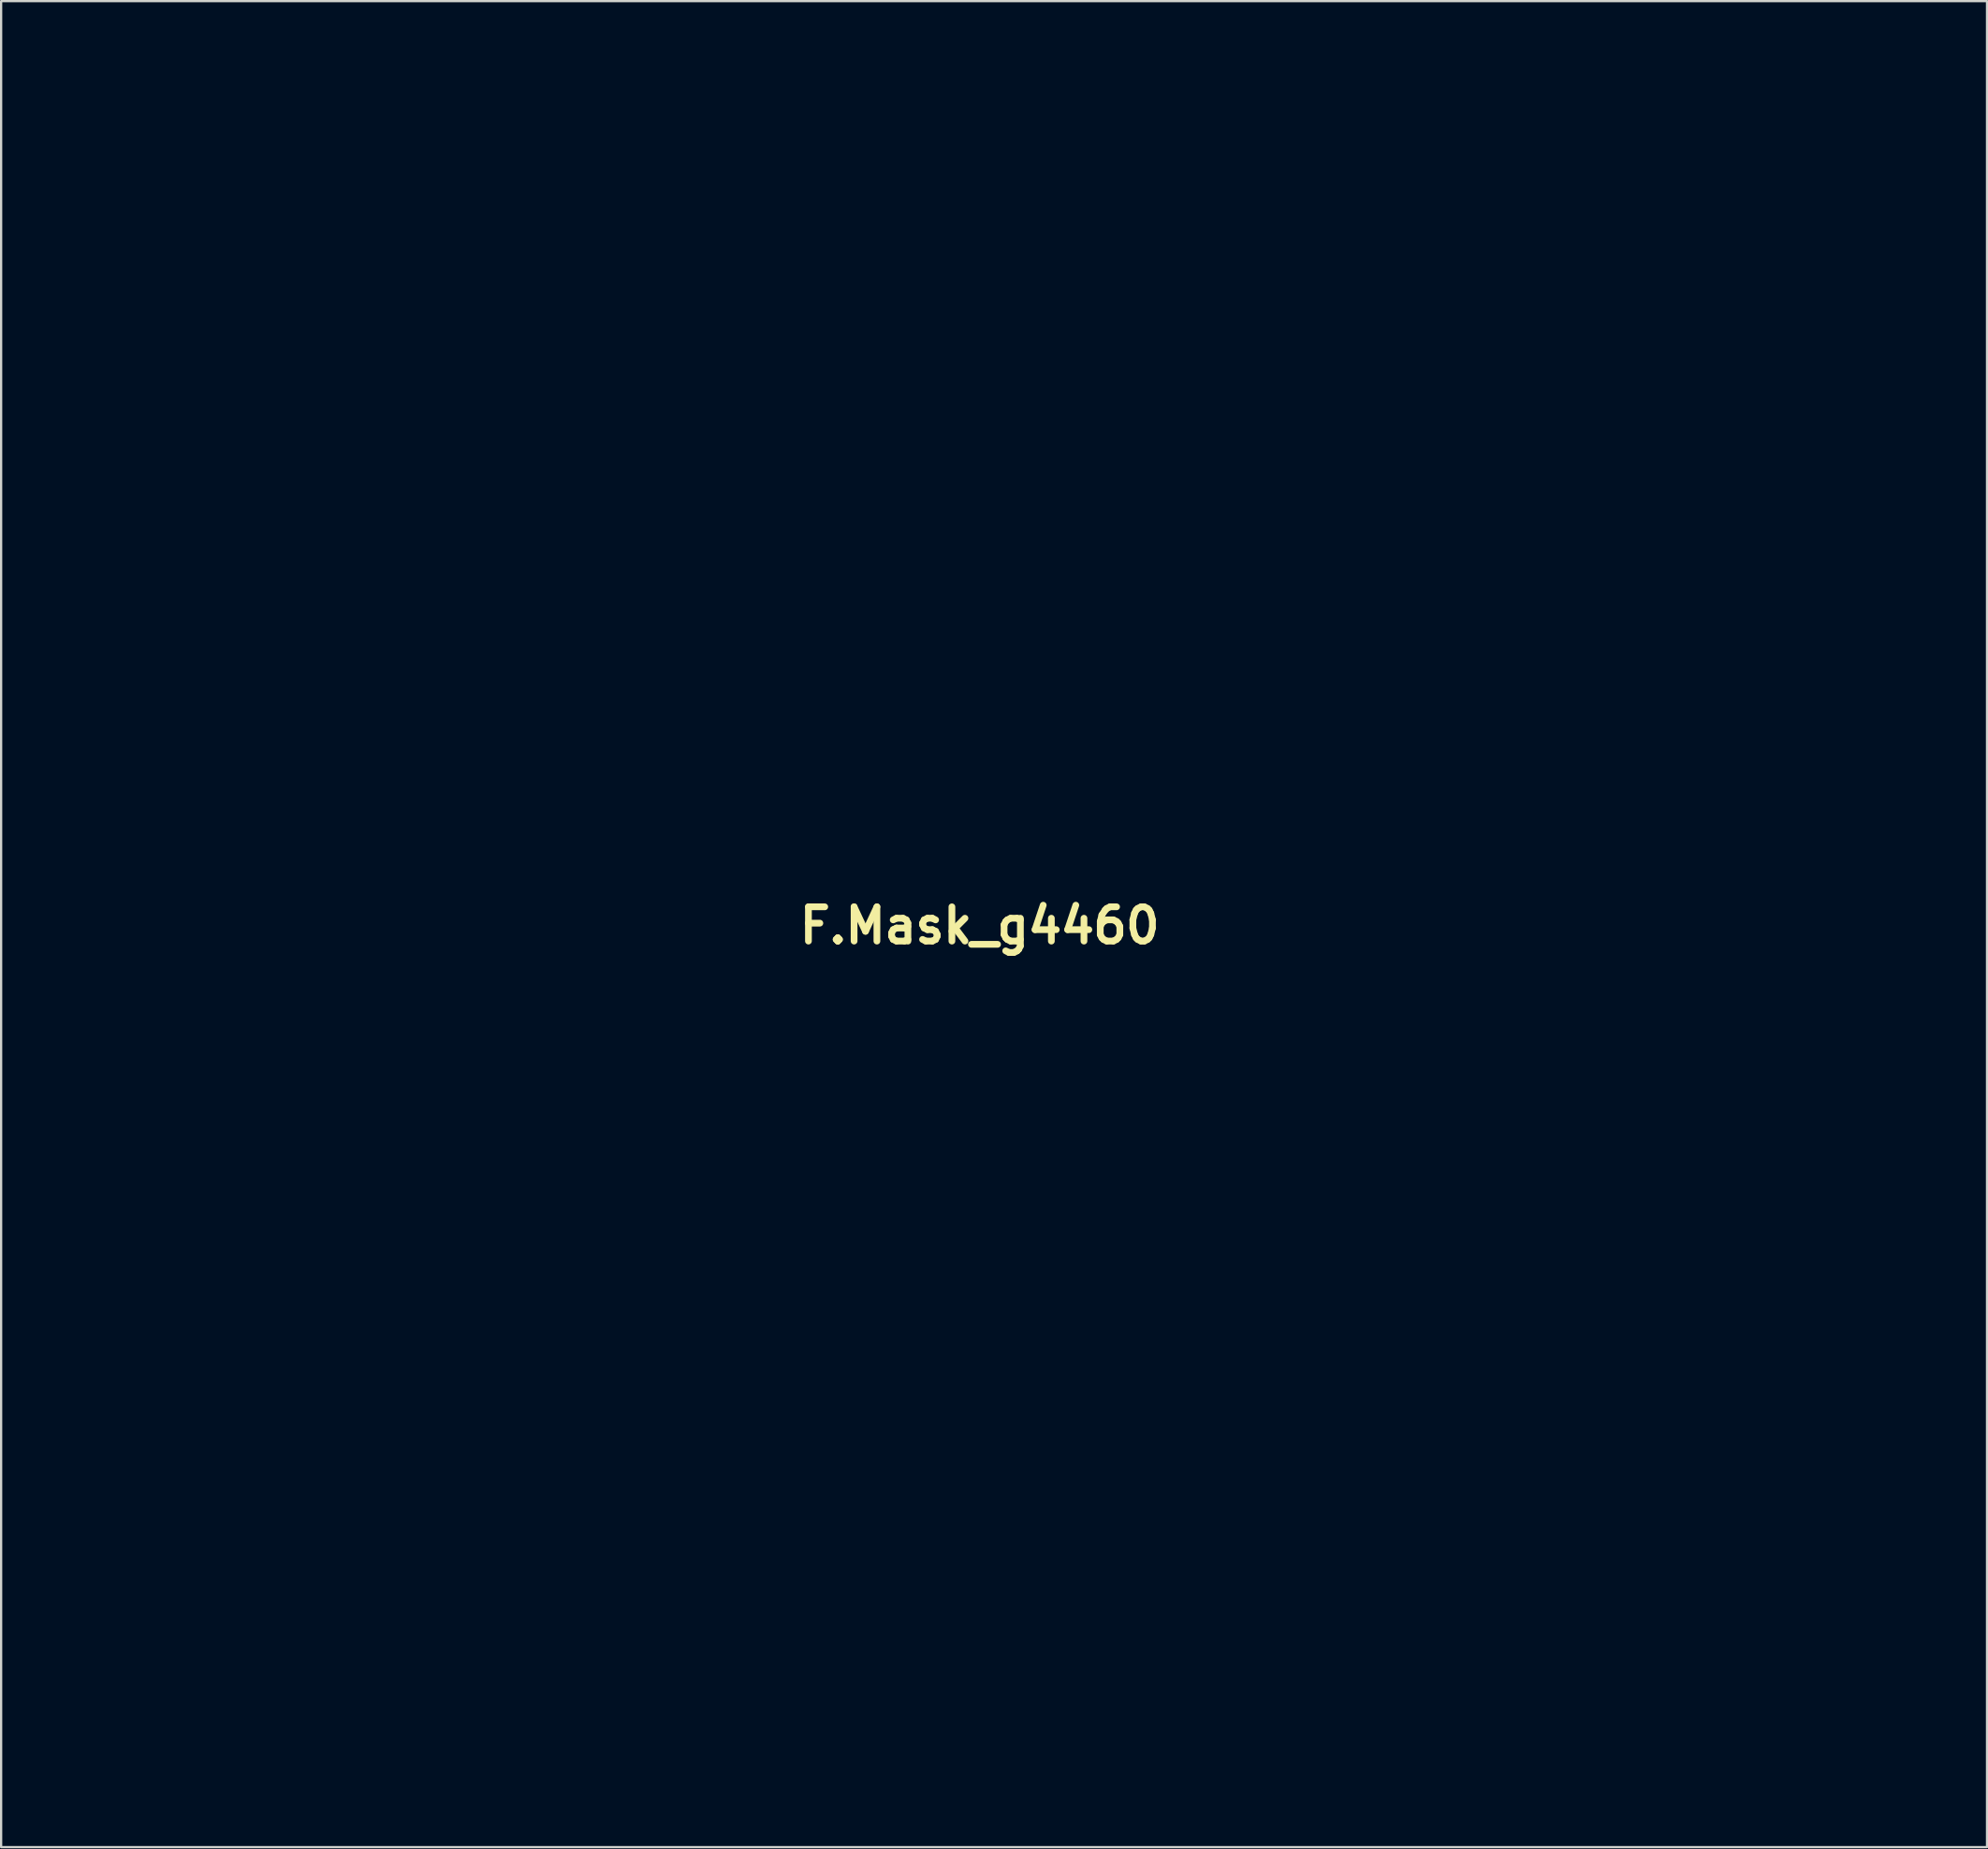
<source format=kicad_pcb>
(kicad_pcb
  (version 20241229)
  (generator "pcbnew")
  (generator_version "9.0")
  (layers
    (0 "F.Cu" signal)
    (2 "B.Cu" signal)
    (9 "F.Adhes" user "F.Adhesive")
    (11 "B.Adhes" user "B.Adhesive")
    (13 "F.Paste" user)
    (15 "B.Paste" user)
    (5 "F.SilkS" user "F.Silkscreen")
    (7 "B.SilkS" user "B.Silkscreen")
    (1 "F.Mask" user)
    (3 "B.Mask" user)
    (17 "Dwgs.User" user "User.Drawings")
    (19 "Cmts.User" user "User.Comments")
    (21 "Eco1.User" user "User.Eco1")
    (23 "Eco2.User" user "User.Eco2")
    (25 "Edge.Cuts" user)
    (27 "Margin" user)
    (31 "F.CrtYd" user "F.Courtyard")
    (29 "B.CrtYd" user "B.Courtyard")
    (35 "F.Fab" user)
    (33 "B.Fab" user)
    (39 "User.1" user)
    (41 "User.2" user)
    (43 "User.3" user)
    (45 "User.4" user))
  (footprint "F.Mask_g4460"
    (layer "F.Cu")
    (at 40.557 38.141)
    (property "Reference" "F.Mask_g4460" (at 0 0 0) (layer "F.SilkS") (effects (font (size 1.524 1.524) (thickness 0.3))))
    (attr through_hole)
    (fp_poly (pts (xy -9.773 -16.705) (xy -9.705 -16.671) (xy -9.685 -16.624) (xy -9.696 -16.55) (xy -9.741 -16.432) (xy -9.796 -16.316) (xy -9.896 -16.127) (xy -10.028 -15.903) (xy -10.182 -15.658) (xy -10.349 -15.407) (xy -10.518 -15.164) (xy -10.68 -14.944) (xy -10.825 -14.759) (xy -10.944 -14.625) (xy -10.999 -14.573) (xy -11.069 -14.532) (xy -11.136 -14.534) (xy -11.217 -14.587) (xy -11.327 -14.7) (xy -11.365 -14.743) (xy -11.47 -14.879) (xy -11.591 -15.063) (xy -11.71 -15.266) (xy -11.771 -15.381) (xy -11.893 -15.648) (xy -11.963 -15.857) (xy -11.98 -16.016) (xy -11.947 -16.133) (xy -11.905 -16.184) (xy -11.784 -16.266) (xy -11.605 -16.348) (xy -11.383 -16.43) (xy -11.132 -16.507) (xy -10.864 -16.577) (xy -10.594 -16.636) (xy -10.337 -16.681) (xy -10.104 -16.71) (xy -9.912 -16.719) (xy -9.773 -16.705)) (stroke (width 0.01) (type solid)) (fill yes) (layer "F.Mask"))
    (fp_poly (pts (xy -29.407 -16.513) (xy -29.168 -16.48) (xy -28.858 -16.431) (xy -28.533 -16.377) (xy -28.109 -16.303) (xy -27.731 -16.23) (xy -27.406 -16.159) (xy -27.14 -16.093) (xy -26.941 -16.033) (xy -26.817 -15.98) (xy -26.791 -15.963) (xy -26.744 -15.91) (xy -26.724 -15.84) (xy -26.732 -15.742) (xy -26.771 -15.608) (xy -26.845 -15.428) (xy -26.956 -15.193) (xy -27.085 -14.933) (xy -27.256 -14.605) (xy -27.423 -14.303) (xy -27.581 -14.034) (xy -27.725 -13.808) (xy -27.85 -13.632) (xy -27.949 -13.514) (xy -28.019 -13.463) (xy -28.028 -13.462) (xy -28.078 -13.49) (xy -28.158 -13.576) (xy -28.272 -13.726) (xy -28.423 -13.941) (xy -28.548 -14.129) (xy -28.77 -14.471) (xy -28.986 -14.814) (xy -29.189 -15.146) (xy -29.372 -15.457) (xy -29.529 -15.735) (xy -29.653 -15.97) (xy -29.739 -16.15) (xy -29.761 -16.204) (xy -29.8 -16.314) (xy -29.822 -16.4) (xy -29.819 -16.463) (xy -29.783 -16.505) (xy -29.708 -16.527) (xy -29.585 -16.529) (xy -29.407 -16.513)) (stroke (width 0.01) (type solid)) (fill yes) (layer "F.Mask"))
    (fp_poly (pts (xy 41.723 18.041) (xy 41.803 18.067) (xy 41.838 18.122) (xy 41.829 18.217) (xy 41.776 18.362) (xy 41.68 18.567) (xy 41.633 18.661) (xy 41.427 19.051) (xy 41.192 19.467) (xy 40.936 19.896) (xy 40.666 20.329) (xy 40.389 20.752) (xy 40.115 21.155) (xy 39.85 21.524) (xy 39.602 21.85) (xy 39.379 22.12) (xy 39.244 22.266) (xy 39.109 22.396) (xy 39.017 22.463) (xy 38.959 22.471) (xy 38.927 22.426) (xy 38.789 21.998) (xy 38.653 21.614) (xy 38.504 21.232) (xy 38.453 21.108) (xy 38.371 20.911) (xy 38.303 20.744) (xy 38.253 20.621) (xy 38.229 20.557) (xy 38.227 20.551) (xy 38.257 20.521) (xy 38.34 20.441) (xy 38.467 20.322) (xy 38.629 20.171) (xy 38.816 19.998) (xy 38.873 19.946) (xy 39.369 19.499) (xy 39.813 19.114) (xy 40.209 18.791) (xy 40.558 18.528) (xy 40.864 18.323) (xy 41.128 18.174) (xy 41.354 18.079) (xy 41.544 18.037) (xy 41.598 18.034) (xy 41.723 18.041)) (stroke (width 0.01) (type solid)) (fill yes) (layer "F.Mask"))
    (fp_poly (pts (xy -2.305 -19.494) (xy -2.287 -19.453) (xy -2.287 -19.442) (xy -2.31 -19.334) (xy -2.376 -19.164) (xy -2.479 -18.941) (xy -2.616 -18.674) (xy -2.781 -18.371) (xy -2.97 -18.04) (xy -3.178 -17.692) (xy -3.4 -17.333) (xy -3.622 -16.988) (xy -3.836 -16.67) (xy -4.025 -16.409) (xy -4.185 -16.209) (xy -4.312 -16.074) (xy -4.404 -16.008) (xy -4.43 -16.002) (xy -4.479 -16.035) (xy -4.557 -16.124) (xy -4.65 -16.252) (xy -4.679 -16.295) (xy -4.762 -16.429) (xy -4.866 -16.605) (xy -4.983 -16.809) (xy -5.108 -17.029) (xy -5.231 -17.252) (xy -5.347 -17.464) (xy -5.448 -17.653) (xy -5.526 -17.805) (xy -5.575 -17.908) (xy -5.588 -17.945) (xy -5.55 -18.008) (xy -5.442 -18.098) (xy -5.273 -18.211) (xy -5.051 -18.343) (xy -4.784 -18.489) (xy -4.48 -18.645) (xy -4.149 -18.806) (xy -3.799 -18.968) (xy -3.437 -19.126) (xy -3.073 -19.276) (xy -3.066 -19.279) (xy -2.795 -19.384) (xy -2.592 -19.457) (xy -2.448 -19.498) (xy -2.356 -19.51) (xy -2.305 -19.494)) (stroke (width 0.01) (type solid)) (fill yes) (layer "F.Mask"))
    (fp_poly (pts (xy -20.17 -15.534) (xy -19.825 -15.527) (xy -19.502 -15.518) (xy -19.214 -15.505) (xy -18.969 -15.49) (xy -18.777 -15.471) (xy -18.65 -15.449) (xy -18.597 -15.424) (xy -18.597 -15.423) (xy -18.612 -15.371) (xy -18.666 -15.256) (xy -18.756 -15.087) (xy -18.876 -14.872) (xy -19.022 -14.622) (xy -19.178 -14.359) (xy -19.475 -13.869) (xy -19.735 -13.449) (xy -19.958 -13.095) (xy -20.15 -12.803) (xy -20.312 -12.567) (xy -20.448 -12.386) (xy -20.561 -12.253) (xy -20.653 -12.165) (xy -20.727 -12.118) (xy -20.776 -12.107) (xy -20.851 -12.143) (xy -20.962 -12.244) (xy -21.092 -12.393) (xy -21.282 -12.64) (xy -21.484 -12.919) (xy -21.691 -13.221) (xy -21.897 -13.535) (xy -22.096 -13.853) (xy -22.283 -14.163) (xy -22.45 -14.456) (xy -22.593 -14.723) (xy -22.706 -14.953) (xy -22.782 -15.136) (xy -22.816 -15.262) (xy -22.818 -15.282) (xy -22.786 -15.36) (xy -22.683 -15.428) (xy -22.659 -15.439) (xy -22.56 -15.463) (xy -22.392 -15.484) (xy -22.167 -15.501) (xy -21.894 -15.515) (xy -21.584 -15.526) (xy -21.246 -15.533) (xy -20.891 -15.536) (xy -20.529 -15.537) (xy -20.17 -15.534)) (stroke (width 0.01) (type solid)) (fill yes) (layer "F.Mask"))
    (fp_poly (pts (xy 21.404 18.327) (xy 21.411 18.329) (xy 21.642 18.407) (xy 21.857 18.518) (xy 22.04 18.648) (xy 22.178 18.788) (xy 22.255 18.925) (xy 22.267 18.995) (xy 22.258 19.104) (xy 22.231 19.285) (xy 22.19 19.527) (xy 22.135 19.82) (xy 22.068 20.153) (xy 21.993 20.516) (xy 21.91 20.897) (xy 21.89 20.988) (xy 21.811 21.336) (xy 21.746 21.61) (xy 21.694 21.816) (xy 21.652 21.963) (xy 21.617 22.059) (xy 21.587 22.111) (xy 21.567 22.127) (xy 21.518 22.112) (xy 21.408 22.062) (xy 21.251 21.983) (xy 21.062 21.883) (xy 20.933 21.812) (xy 20.575 21.612) (xy 20.222 21.411) (xy 19.884 21.217) (xy 19.572 21.035) (xy 19.295 20.871) (xy 19.064 20.73) (xy 18.887 20.619) (xy 18.785 20.55) (xy 18.648 20.435) (xy 18.59 20.341) (xy 18.612 20.258) (xy 18.713 20.175) (xy 18.795 20.13) (xy 18.958 20.032) (xy 19.171 19.882) (xy 19.425 19.685) (xy 19.71 19.449) (xy 20.018 19.181) (xy 20.045 19.157) (xy 20.378 18.866) (xy 20.656 18.638) (xy 20.88 18.471) (xy 21.051 18.367) (xy 21.053 18.366) (xy 21.172 18.314) (xy 21.273 18.303) (xy 21.404 18.327)) (stroke (width 0.01) (type solid)) (fill yes) (layer "F.Mask"))
    (fp_poly (pts (xy 23.827 19.658) (xy 24.012 19.703) (xy 24.263 19.776) (xy 24.574 19.874) (xy 24.937 19.996) (xy 25.347 20.14) (xy 25.798 20.303) (xy 25.803 20.305) (xy 26.791 20.668) (xy 26.771 21.182) (xy 26.751 21.713) (xy 26.732 22.166) (xy 26.716 22.548) (xy 26.701 22.866) (xy 26.686 23.125) (xy 26.671 23.334) (xy 26.656 23.498) (xy 26.64 23.624) (xy 26.621 23.72) (xy 26.6 23.79) (xy 26.577 23.844) (xy 26.549 23.886) (xy 26.517 23.924) (xy 26.517 23.924) (xy 26.42 23.977) (xy 26.271 23.999) (xy 26.097 23.989) (xy 26.017 23.972) (xy 25.88 23.931) (xy 25.677 23.862) (xy 25.422 23.77) (xy 25.129 23.66) (xy 24.808 23.538) (xy 24.475 23.408) (xy 24.14 23.275) (xy 23.818 23.144) (xy 23.522 23.021) (xy 23.264 22.911) (xy 23.057 22.818) (xy 23.011 22.797) (xy 22.795 22.688) (xy 22.65 22.599) (xy 22.57 22.519) (xy 22.548 22.44) (xy 22.576 22.35) (xy 22.623 22.274) (xy 22.725 22.103) (xy 22.821 21.888) (xy 22.917 21.619) (xy 23.014 21.286) (xy 23.117 20.878) (xy 23.118 20.876) (xy 23.204 20.523) (xy 23.276 20.244) (xy 23.339 20.031) (xy 23.396 19.874) (xy 23.452 19.766) (xy 23.512 19.697) (xy 23.579 19.66) (xy 23.657 19.645) (xy 23.714 19.643) (xy 23.827 19.658)) (stroke (width 0.01) (type solid)) (fill yes) (layer "F.Mask"))
    (fp_poly (pts (xy 28.957 21.33) (xy 29.226 21.362) (xy 29.557 21.412) (xy 29.959 21.478) (xy 30.141 21.509) (xy 30.575 21.587) (xy 30.933 21.659) (xy 31.224 21.726) (xy 31.457 21.793) (xy 31.641 21.862) (xy 31.783 21.934) (xy 31.893 22.015) (xy 31.96 22.081) (xy 32.029 22.168) (xy 32.085 22.26) (xy 32.13 22.367) (xy 32.165 22.5) (xy 32.192 22.668) (xy 32.212 22.881) (xy 32.226 23.149) (xy 32.238 23.482) (xy 32.247 23.887) (xy 32.27 25.104) (xy 31.682 25.097) (xy 31.415 25.092) (xy 31.129 25.084) (xy 30.859 25.072) (xy 30.649 25.061) (xy 30.448 25.043) (xy 30.223 25.014) (xy 29.963 24.973) (xy 29.661 24.918) (xy 29.305 24.847) (xy 28.888 24.758) (xy 28.399 24.65) (xy 28.342 24.637) (xy 28.009 24.561) (xy 27.752 24.498) (xy 27.565 24.443) (xy 27.44 24.393) (xy 27.372 24.342) (xy 27.354 24.288) (xy 27.378 24.224) (xy 27.438 24.148) (xy 27.492 24.091) (xy 27.572 23.999) (xy 27.637 23.895) (xy 27.69 23.767) (xy 27.735 23.604) (xy 27.775 23.393) (xy 27.813 23.123) (xy 27.852 22.782) (xy 27.856 22.741) (xy 27.893 22.406) (xy 27.926 22.143) (xy 27.959 21.941) (xy 27.993 21.789) (xy 28.032 21.675) (xy 28.079 21.587) (xy 28.136 21.514) (xy 28.166 21.483) (xy 28.243 21.417) (xy 28.331 21.366) (xy 28.437 21.332) (xy 28.571 21.315) (xy 28.741 21.314) (xy 28.957 21.33)) (stroke (width 0.01) (type solid)) (fill yes) (layer "F.Mask"))
    (fp_poly (pts (xy 37.08 21.163) (xy 37.178 21.204) (xy 37.209 21.232) (xy 37.255 21.297) (xy 37.329 21.423) (xy 37.424 21.597) (xy 37.531 21.802) (xy 37.605 21.95) (xy 37.727 22.189) (xy 37.854 22.427) (xy 37.974 22.641) (xy 38.076 22.811) (xy 38.115 22.871) (xy 38.206 23.007) (xy 38.274 23.116) (xy 38.308 23.181) (xy 38.31 23.188) (xy 38.273 23.229) (xy 38.175 23.302) (xy 38.026 23.4) (xy 37.839 23.516) (xy 37.628 23.643) (xy 37.403 23.772) (xy 37.178 23.896) (xy 36.964 24.009) (xy 36.851 24.065) (xy 36.254 24.336) (xy 35.642 24.576) (xy 35.032 24.777) (xy 34.445 24.935) (xy 33.901 25.042) (xy 33.892 25.044) (xy 33.717 25.069) (xy 33.573 25.09) (xy 33.481 25.101) (xy 33.461 25.103) (xy 33.44 25.062) (xy 33.418 24.94) (xy 33.395 24.742) (xy 33.372 24.473) (xy 33.364 24.352) (xy 33.344 24.038) (xy 33.324 23.675) (xy 33.306 23.301) (xy 33.292 22.952) (xy 33.287 22.812) (xy 33.278 22.535) (xy 33.274 22.331) (xy 33.274 22.188) (xy 33.28 22.093) (xy 33.292 22.035) (xy 33.312 22.001) (xy 33.34 21.981) (xy 33.345 21.978) (xy 33.427 21.947) (xy 33.58 21.902) (xy 33.794 21.845) (xy 34.057 21.778) (xy 34.358 21.704) (xy 34.685 21.626) (xy 35.027 21.547) (xy 35.373 21.468) (xy 35.712 21.393) (xy 36.032 21.323) (xy 36.323 21.263) (xy 36.572 21.214) (xy 36.768 21.178) (xy 36.901 21.159) (xy 36.931 21.157) (xy 37.08 21.163)) (stroke (width 0.01) (type solid)) (fill yes) (layer "F.Mask"))
    (fp_poly (pts (xy 2.045 -29.36) (xy 2.35 -29.307) (xy 2.398 -29.297) (xy 2.721 -29.227) (xy 2.971 -29.163) (xy 3.157 -29.102) (xy 3.29 -29.04) (xy 3.368 -28.986) (xy 3.441 -28.893) (xy 3.525 -28.738) (xy 3.609 -28.541) (xy 3.615 -28.527) (xy 3.805 -28.084) (xy 4.023 -27.702) (xy 4.285 -27.356) (xy 4.487 -27.138) (xy 4.655 -26.977) (xy 4.831 -26.825) (xy 4.991 -26.7) (xy 5.09 -26.633) (xy 5.527 -26.424) (xy 6.004 -26.282) (xy 6.506 -26.205) (xy 7.021 -26.194) (xy 7.534 -26.25) (xy 8.031 -26.372) (xy 8.499 -26.561) (xy 8.554 -26.589) (xy 8.947 -26.827) (xy 9.287 -27.108) (xy 9.585 -27.442) (xy 9.852 -27.843) (xy 9.969 -28.058) (xy 10.061 -28.218) (xy 10.157 -28.36) (xy 10.238 -28.457) (xy 10.249 -28.467) (xy 10.323 -28.517) (xy 10.424 -28.562) (xy 10.558 -28.604) (xy 10.734 -28.643) (xy 10.96 -28.682) (xy 11.244 -28.722) (xy 11.593 -28.763) (xy 12.015 -28.808) (xy 12.226 -28.83) (xy 12.806 -28.889) (xy 13.324 -28.945) (xy 13.773 -28.996) (xy 14.15 -29.043) (xy 14.451 -29.084) (xy 14.611 -29.109) (xy 14.735 -29.111) (xy 14.809 -29.067) (xy 14.834 -28.971) (xy 14.81 -28.821) (xy 14.735 -28.612) (xy 14.61 -28.342) (xy 14.512 -28.152) (xy 14.14 -27.535) (xy 13.694 -26.94) (xy 13.183 -26.377) (xy 12.615 -25.855) (xy 12 -25.383) (xy 11.367 -24.981) (xy 10.978 -24.776) (xy 10.603 -24.616) (xy 10.216 -24.494) (xy 9.791 -24.401) (xy 9.419 -24.343) (xy 9.285 -24.33) (xy 9.086 -24.318) (xy 8.837 -24.306) (xy 8.553 -24.295) (xy 8.25 -24.286) (xy 7.943 -24.279) (xy 7.648 -24.274) (xy 7.379 -24.272) (xy 7.153 -24.272) (xy 6.983 -24.276) (xy 6.9 -24.282) (xy 6.522 -24.332) (xy 6.208 -24.385) (xy 5.938 -24.449) (xy 5.69 -24.529) (xy 5.445 -24.63) (xy 5.183 -24.759) (xy 5.131 -24.786) (xy 4.711 -25.035) (xy 4.289 -25.339) (xy 3.855 -25.707) (xy 3.469 -26.075) (xy 3.074 -26.49) (xy 2.736 -26.89) (xy 2.439 -27.297) (xy 2.165 -27.735) (xy 2.12 -27.813) (xy 1.967 -28.095) (xy 1.831 -28.374) (xy 1.715 -28.639) (xy 1.625 -28.877) (xy 1.564 -29.079) (xy 1.535 -29.233) (xy 1.545 -29.327) (xy 1.555 -29.342) (xy 1.644 -29.377) (xy 1.808 -29.383) (xy 2.045 -29.36)) (stroke (width 0.01) (type solid)) (fill yes) (layer "F.Mask"))
    (fp_poly (pts (xy -7.817 -0.284) (xy -7.504 -0.276) (xy -7.259 -0.261) (xy -7.197 -0.256) (xy -6.514 -0.149) (xy -5.797 0.026) (xy -5.055 0.268) (xy -4.296 0.571) (xy -3.528 0.933) (xy -2.761 1.349) (xy -2.002 1.817) (xy -1.26 2.331) (xy -1.228 2.355) (xy -0.864 2.632) (xy -0.503 2.921) (xy -0.153 3.217) (xy 0.179 3.51) (xy 0.484 3.794) (xy 0.754 4.061) (xy 0.982 4.303) (xy 1.16 4.514) (xy 1.279 4.686) (xy 1.303 4.731) (xy 1.342 4.821) (xy 1.34 4.883) (xy 1.29 4.952) (xy 1.246 4.999) (xy 1.101 5.121) (xy 0.881 5.264) (xy 0.595 5.425) (xy 0.249 5.601) (xy -0.149 5.789) (xy -0.592 5.986) (xy -1.072 6.19) (xy -1.583 6.397) (xy -2.117 6.605) (xy -2.666 6.811) (xy -3.224 7.012) (xy -3.783 7.204) (xy -4.336 7.386) (xy -4.876 7.555) (xy -5.394 7.707) (xy -5.885 7.839) (xy -6.181 7.913) (xy -6.861 8.07) (xy -7.49 8.203) (xy -8.084 8.316) (xy -8.663 8.41) (xy -9.243 8.488) (xy -9.843 8.552) (xy -10.48 8.606) (xy -11.172 8.651) (xy -11.661 8.677) (xy -12.012 8.691) (xy -12.408 8.702) (xy -12.838 8.71) (xy -13.289 8.715) (xy -13.748 8.716) (xy -14.203 8.714) (xy -14.642 8.71) (xy -15.052 8.702) (xy -15.421 8.692) (xy -15.737 8.679) (xy -15.987 8.663) (xy -16.087 8.654) (xy -16.463 8.609) (xy -16.852 8.557) (xy -17.244 8.499) (xy -17.625 8.438) (xy -17.984 8.374) (xy -18.307 8.312) (xy -18.584 8.252) (xy -18.802 8.198) (xy -18.948 8.15) (xy -18.953 8.148) (xy -19.049 8.091) (xy -19.103 8.008) (xy -19.121 7.882) (xy -19.107 7.698) (xy -19.094 7.609) (xy -19.019 7.245) (xy -18.905 6.825) (xy -18.758 6.363) (xy -18.584 5.874) (xy -18.388 5.374) (xy -18.178 4.877) (xy -17.958 4.398) (xy -17.736 3.951) (xy -17.518 3.553) (xy -17.309 3.217) (xy -17.265 3.154) (xy -17.041 2.864) (xy -16.764 2.549) (xy -16.448 2.222) (xy -16.106 1.896) (xy -15.754 1.583) (xy -15.404 1.296) (xy -15.071 1.048) (xy -14.768 0.851) (xy -14.672 0.797) (xy -14.075 0.497) (xy -13.506 0.26) (xy -12.947 0.079) (xy -12.378 -0.051) (xy -11.896 -0.124) (xy -11.6 -0.154) (xy -11.245 -0.183) (xy -10.845 -0.208) (xy -10.411 -0.231) (xy -9.957 -0.25) (xy -9.494 -0.266) (xy -9.037 -0.277) (xy -8.596 -0.284) (xy -8.185 -0.287) (xy -7.817 -0.284)) (stroke (width 0.01) (type solid)) (fill yes) (layer "F.Mask"))
    (fp_poly (pts (xy 2.529 6.377) (xy 2.605 6.436) (xy 2.694 6.529) (xy 2.838 6.701) (xy 3.007 6.929) (xy 3.193 7.201) (xy 3.392 7.507) (xy 3.596 7.836) (xy 3.801 8.179) (xy 3.999 8.525) (xy 4.186 8.863) (xy 4.354 9.183) (xy 4.499 9.475) (xy 4.614 9.727) (xy 4.693 9.931) (xy 4.729 10.072) (xy 4.737 10.17) (xy 4.715 10.238) (xy 4.649 10.302) (xy 4.566 10.361) (xy 4.396 10.466) (xy 4.159 10.596) (xy 3.87 10.742) (xy 3.541 10.899) (xy 3.186 11.06) (xy 2.933 11.17) (xy 1.957 11.566) (xy 0.934 11.942) (xy -0.126 12.295) (xy -1.21 12.623) (xy -2.307 12.923) (xy -3.404 13.191) (xy -4.491 13.425) (xy -5.556 13.623) (xy -6.587 13.78) (xy -7.572 13.895) (xy -8.5 13.965) (xy -8.544 13.967) (xy -8.876 13.981) (xy -9.27 13.993) (xy -9.712 14.004) (xy -10.19 14.014) (xy -10.689 14.021) (xy -11.196 14.026) (xy -11.697 14.03) (xy -12.179 14.031) (xy -12.629 14.03) (xy -13.032 14.027) (xy -13.376 14.021) (xy -13.61 14.014) (xy -13.792 14.006) (xy -13.953 13.999) (xy -14.102 13.989) (xy -14.248 13.978) (xy -14.399 13.962) (xy -14.565 13.941) (xy -14.753 13.913) (xy -14.974 13.877) (xy -15.234 13.833) (xy -15.544 13.777) (xy -15.912 13.711) (xy -16.346 13.631) (xy -16.812 13.545) (xy -17.39 13.437) (xy -17.906 13.337) (xy -18.356 13.248) (xy -18.737 13.169) (xy -19.044 13.101) (xy -19.274 13.046) (xy -19.378 13.017) (xy -19.6 12.951) (xy -19.598 12.243) (xy -19.594 11.801) (xy -19.584 11.392) (xy -19.57 11.022) (xy -19.551 10.702) (xy -19.527 10.438) (xy -19.501 10.24) (xy -19.472 10.116) (xy -19.463 10.096) (xy -19.377 9.963) (xy -19.269 9.869) (xy -19.129 9.811) (xy -18.946 9.788) (xy -18.709 9.796) (xy -18.407 9.835) (xy -18.266 9.858) (xy -17.921 9.909) (xy -17.501 9.957) (xy -17.019 10.001) (xy -16.483 10.04) (xy -15.906 10.076) (xy -15.296 10.106) (xy -14.666 10.132) (xy -14.025 10.152) (xy -13.384 10.167) (xy -12.754 10.175) (xy -12.146 10.178) (xy -11.569 10.174) (xy -11.034 10.163) (xy -10.553 10.144) (xy -10.136 10.119) (xy -9.927 10.1) (xy -8.976 9.982) (xy -7.974 9.812) (xy -6.914 9.59) (xy -6.8 9.564) (xy -5.559 9.259) (xy -4.382 8.934) (xy -3.249 8.581) (xy -2.14 8.193) (xy -1.035 7.765) (xy 0.086 7.289) (xy 0.341 7.175) (xy 0.816 6.964) (xy 1.239 6.782) (xy 1.605 6.63) (xy 1.91 6.511) (xy 2.149 6.426) (xy 2.318 6.376) (xy 2.363 6.368) (xy 2.457 6.359) (xy 2.529 6.377)) (stroke (width 0.01) (type solid)) (fill yes) (layer "F.Mask"))
    (fp_poly (pts (xy 5.664 11.777) (xy 5.72 11.89) (xy 5.8 12.063) (xy 5.9 12.289) (xy 6.017 12.559) (xy 6.148 12.864) (xy 6.287 13.194) (xy 6.433 13.543) (xy 6.58 13.899) (xy 6.726 14.256) (xy 6.867 14.604) (xy 7 14.934) (xy 7.12 15.238) (xy 7.224 15.507) (xy 7.308 15.732) (xy 7.37 15.905) (xy 7.391 15.97) (xy 7.431 16.106) (xy 7.445 16.188) (xy 7.43 16.243) (xy 7.386 16.298) (xy 7.371 16.314) (xy 7.246 16.414) (xy 7.046 16.531) (xy 6.776 16.664) (xy 6.443 16.81) (xy 6.053 16.967) (xy 5.614 17.134) (xy 5.131 17.307) (xy 4.611 17.485) (xy 4.061 17.665) (xy 3.487 17.846) (xy 2.895 18.025) (xy 2.292 18.2) (xy 1.685 18.369) (xy 1.079 18.53) (xy 0.482 18.681) (xy -0.1 18.819) (xy -0.36 18.877) (xy -1.957 19.202) (xy -3.54 19.468) (xy -5.097 19.672) (xy -6.616 19.814) (xy -7.212 19.853) (xy -7.562 19.869) (xy -7.968 19.88) (xy -8.411 19.887) (xy -8.87 19.889) (xy -9.325 19.887) (xy -9.758 19.88) (xy -10.149 19.869) (xy -10.478 19.853) (xy -10.52 19.851) (xy -12.078 19.708) (xy -13.609 19.49) (xy -15.124 19.194) (xy -16.019 18.981) (xy -16.609 18.828) (xy -17.156 18.677) (xy -17.656 18.532) (xy -18.104 18.392) (xy -18.496 18.261) (xy -18.828 18.139) (xy -19.093 18.028) (xy -19.288 17.929) (xy -19.409 17.845) (xy -19.448 17.791) (xy -19.484 17.636) (xy -19.517 17.42) (xy -19.548 17.156) (xy -19.575 16.857) (xy -19.598 16.536) (xy -19.617 16.205) (xy -19.63 15.878) (xy -19.637 15.567) (xy -19.638 15.286) (xy -19.631 15.047) (xy -19.617 14.864) (xy -19.595 14.748) (xy -19.588 14.732) (xy -19.541 14.671) (xy -19.466 14.632) (xy -19.354 14.616) (xy -19.195 14.624) (xy -18.982 14.654) (xy -18.703 14.708) (xy -18.423 14.77) (xy -17.915 14.88) (xy -17.412 14.978) (xy -16.907 15.063) (xy -16.392 15.135) (xy -15.86 15.197) (xy -15.302 15.248) (xy -14.711 15.289) (xy -14.079 15.32) (xy -13.399 15.342) (xy -12.663 15.356) (xy -11.864 15.361) (xy -10.993 15.359) (xy -10.329 15.354) (xy -9.521 15.343) (xy -8.786 15.327) (xy -8.115 15.305) (xy -7.497 15.275) (xy -6.922 15.237) (xy -6.379 15.19) (xy -5.858 15.131) (xy -5.348 15.06) (xy -4.839 14.975) (xy -4.32 14.876) (xy -3.781 14.761) (xy -3.211 14.629) (xy -2.6 14.479) (xy -2.434 14.437) (xy -1.965 14.315) (xy -1.511 14.192) (xy -1.063 14.065) (xy -0.612 13.931) (xy -0.15 13.787) (xy 0.333 13.631) (xy 0.844 13.459) (xy 1.393 13.268) (xy 1.987 13.057) (xy 2.636 12.821) (xy 3.349 12.558) (xy 3.929 12.342) (xy 4.285 12.21) (xy 4.617 12.088) (xy 4.917 11.979) (xy 5.175 11.887) (xy 5.385 11.813) (xy 5.536 11.763) (xy 5.62 11.737) (xy 5.635 11.735) (xy 5.664 11.777)) (stroke (width 0.01) (type solid)) (fill yes) (layer "F.Mask"))
    (fp_poly (pts (xy 7.731 18.163) (xy 7.83 18.173) (xy 7.918 18.197) (xy 7.998 18.241) (xy 8.073 18.31) (xy 8.147 18.41) (xy 8.22 18.548) (xy 8.297 18.728) (xy 8.381 18.956) (xy 8.474 19.239) (xy 8.578 19.582) (xy 8.698 19.991) (xy 8.835 20.471) (xy 8.948 20.87) (xy 9.082 21.343) (xy 9.197 21.741) (xy 9.295 22.074) (xy 9.38 22.349) (xy 9.453 22.574) (xy 9.518 22.757) (xy 9.576 22.906) (xy 9.63 23.03) (xy 9.655 23.081) (xy 9.715 23.217) (xy 9.75 23.328) (xy 9.754 23.385) (xy 9.691 23.444) (xy 9.546 23.513) (xy 9.321 23.592) (xy 9.018 23.68) (xy 8.637 23.777) (xy 8.181 23.882) (xy 7.652 23.995) (xy 7.052 24.116) (xy 6.381 24.244) (xy 5.643 24.379) (xy 4.839 24.52) (xy 3.97 24.667) (xy 3.873 24.683) (xy 2.964 24.832) (xy 2.131 24.964) (xy 1.37 25.078) (xy 0.674 25.177) (xy 0.039 25.26) (xy -0.541 25.328) (xy -1.072 25.383) (xy -1.559 25.425) (xy -1.799 25.442) (xy -2.176 25.463) (xy -2.627 25.483) (xy -3.14 25.503) (xy -3.706 25.521) (xy -4.312 25.538) (xy -4.948 25.553) (xy -5.603 25.566) (xy -6.265 25.577) (xy -6.925 25.587) (xy -7.571 25.593) (xy -8.192 25.598) (xy -8.777 25.599) (xy -9.315 25.598) (xy -9.795 25.593) (xy -10.16 25.586) (xy -10.932 25.562) (xy -11.652 25.528) (xy -12.337 25.481) (xy -13.003 25.42) (xy -13.667 25.342) (xy -14.346 25.246) (xy -15.056 25.13) (xy -15.813 24.992) (xy -16.626 24.832) (xy -17.15 24.723) (xy -17.595 24.624) (xy -17.965 24.535) (xy -18.264 24.454) (xy -18.498 24.379) (xy -18.669 24.31) (xy -18.783 24.246) (xy -18.832 24.201) (xy -18.861 24.126) (xy -18.89 23.98) (xy -18.916 23.775) (xy -18.928 23.634) (xy -18.945 23.447) (xy -18.969 23.196) (xy -19 22.899) (xy -19.034 22.575) (xy -19.071 22.243) (xy -19.092 22.056) (xy -19.15 21.551) (xy -19.198 21.124) (xy -19.236 20.768) (xy -19.265 20.477) (xy -19.286 20.244) (xy -19.298 20.064) (xy -19.302 19.928) (xy -19.299 19.832) (xy -19.289 19.769) (xy -19.272 19.732) (xy -19.251 19.716) (xy -19.18 19.715) (xy -19.029 19.737) (xy -18.801 19.779) (xy -18.498 19.843) (xy -18.121 19.927) (xy -17.674 20.031) (xy -17.157 20.154) (xy -16.574 20.297) (xy -16.51 20.313) (xy -16.019 20.434) (xy -15.601 20.536) (xy -15.246 20.621) (xy -14.945 20.692) (xy -14.687 20.75) (xy -14.464 20.798) (xy -14.267 20.837) (xy -14.085 20.87) (xy -13.909 20.898) (xy -13.73 20.925) (xy -13.685 20.931) (xy -13.085 21.002) (xy -12.409 21.06) (xy -11.669 21.105) (xy -10.873 21.137) (xy -10.03 21.156) (xy -9.151 21.161) (xy -8.243 21.153) (xy -7.318 21.132) (xy -6.383 21.097) (xy -5.448 21.048) (xy -4.953 21.016) (xy -4.266 20.966) (xy -3.621 20.909) (xy -3.008 20.846) (xy -2.418 20.773) (xy -1.842 20.688) (xy -1.271 20.59) (xy -0.695 20.477) (xy -0.105 20.347) (xy 0.507 20.198) (xy 1.152 20.028) (xy 1.837 19.835) (xy 2.574 19.617) (xy 3.37 19.373) (xy 4.234 19.099) (xy 4.318 19.072) (xy 4.871 18.896) (xy 5.35 18.743) (xy 5.762 18.613) (xy 6.112 18.504) (xy 6.408 18.414) (xy 6.655 18.341) (xy 6.861 18.283) (xy 7.032 18.239) (xy 7.174 18.207) (xy 7.294 18.185) (xy 7.398 18.171) (xy 7.493 18.164) (xy 7.585 18.161) (xy 7.619 18.161) (xy 7.731 18.163)) (stroke (width 0.01) (type solid)) (fill yes) (layer "F.Mask"))
    (fp_poly (pts (xy -4.326 -38.115) (xy -3.892 -38.066) (xy -3.498 -37.984) (xy -3.131 -37.866) (xy -2.777 -37.71) (xy -2.424 -37.511) (xy -2.219 -37.379) (xy -1.932 -37.177) (xy -1.643 -36.955) (xy -1.362 -36.724) (xy -1.1 -36.493) (xy -0.868 -36.271) (xy -0.678 -36.071) (xy -0.541 -35.9) (xy -0.485 -35.81) (xy -0.457 -35.723) (xy -0.451 -35.602) (xy -0.466 -35.441) (xy -0.506 -35.231) (xy -0.571 -34.967) (xy -0.662 -34.641) (xy -0.781 -34.246) (xy -0.851 -34.023) (xy -0.98 -33.607) (xy -1.09 -33.229) (xy -1.181 -32.898) (xy -1.249 -32.621) (xy -1.294 -32.407) (xy -1.312 -32.264) (xy -1.312 -32.249) (xy -1.331 -32.083) (xy -1.382 -31.947) (xy -1.455 -31.865) (xy -1.469 -31.858) (xy -1.534 -31.853) (xy -1.617 -31.885) (xy -1.731 -31.963) (xy -1.884 -32.092) (xy -2.009 -32.204) (xy -2.423 -32.532) (xy -2.873 -32.791) (xy -3.351 -32.98) (xy -3.847 -33.099) (xy -4.351 -33.147) (xy -4.856 -33.123) (xy -5.352 -33.028) (xy -5.828 -32.86) (xy -6.277 -32.619) (xy -6.481 -32.477) (xy -6.854 -32.148) (xy -7.176 -31.77) (xy -7.443 -31.354) (xy -7.654 -30.91) (xy -7.803 -30.447) (xy -7.889 -29.977) (xy -7.907 -29.51) (xy -7.856 -29.055) (xy -7.73 -28.624) (xy -7.709 -28.572) (xy -7.47 -28.11) (xy -7.157 -27.686) (xy -6.776 -27.304) (xy -6.33 -26.97) (xy -6 -26.775) (xy -5.741 -26.648) (xy -5.506 -26.558) (xy -5.268 -26.501) (xy -5.002 -26.47) (xy -4.684 -26.459) (xy -4.616 -26.459) (xy -4.119 -26.481) (xy -3.681 -26.55) (xy -3.288 -26.672) (xy -2.925 -26.852) (xy -2.576 -27.097) (xy -2.228 -27.413) (xy -2.223 -27.417) (xy -1.92 -27.751) (xy -1.667 -28.1) (xy -1.454 -28.483) (xy -1.27 -28.918) (xy -1.146 -29.286) (xy -1.056 -29.545) (xy -0.967 -29.73) (xy -0.868 -29.851) (xy -0.749 -29.919) (xy -0.603 -29.944) (xy -0.537 -29.944) (xy -0.39 -29.928) (xy -0.2 -29.889) (xy -0.004 -29.837) (xy 0.03 -29.827) (xy 0.261 -29.741) (xy 0.416 -29.651) (xy 0.504 -29.549) (xy 0.534 -29.427) (xy 0.527 -29.341) (xy 0.493 -29.224) (xy 0.423 -29.049) (xy 0.324 -28.83) (xy 0.204 -28.582) (xy 0.07 -28.319) (xy -0.07 -28.056) (xy -0.209 -27.808) (xy -0.341 -27.589) (xy -0.417 -27.471) (xy -0.81 -26.939) (xy -1.244 -26.446) (xy -1.711 -25.996) (xy -2.202 -25.597) (xy -2.71 -25.255) (xy -3.226 -24.974) (xy -3.741 -24.762) (xy -4.247 -24.625) (xy -4.403 -24.598) (xy -4.57 -24.58) (xy -4.798 -24.564) (xy -5.071 -24.551) (xy -5.371 -24.54) (xy -5.683 -24.533) (xy -5.988 -24.53) (xy -6.271 -24.531) (xy -6.515 -24.536) (xy -6.703 -24.545) (xy -6.795 -24.554) (xy -7.155 -24.633) (xy -7.512 -24.758) (xy -7.872 -24.935) (xy -8.242 -25.168) (xy -8.631 -25.462) (xy -9.044 -25.821) (xy -9.49 -26.25) (xy -9.504 -26.265) (xy -9.897 -26.672) (xy -10.226 -27.046) (xy -10.5 -27.401) (xy -10.725 -27.75) (xy -10.909 -28.109) (xy -11.06 -28.489) (xy -11.185 -28.906) (xy -11.292 -29.373) (xy -11.356 -29.718) (xy -11.386 -29.906) (xy -11.409 -30.085) (xy -11.426 -30.27) (xy -11.437 -30.479) (xy -11.444 -30.727) (xy -11.447 -31.032) (xy -11.448 -31.305) (xy -11.445 -31.76) (xy -11.435 -32.145) (xy -11.413 -32.476) (xy -11.378 -32.768) (xy -11.326 -33.035) (xy -11.254 -33.294) (xy -11.16 -33.558) (xy -11.04 -33.843) (xy -10.892 -34.165) (xy -10.888 -34.173) (xy -10.515 -34.895) (xy -10.119 -35.537) (xy -9.698 -36.102) (xy -9.249 -36.593) (xy -8.77 -37.013) (xy -8.259 -37.364) (xy -7.883 -37.569) (xy -7.482 -37.75) (xy -7.089 -37.89) (xy -6.685 -37.994) (xy -6.251 -38.067) (xy -5.768 -38.112) (xy -5.372 -38.13) (xy -4.815 -38.136) (xy -4.326 -38.115)) (stroke (width 0.01) (type solid)) (fill yes) (layer "F.Mask"))
    (fp_poly (pts (xy 2.897 -22.431) (xy 2.898 -22.386) (xy 2.896 -22.268) (xy 2.89 -22.086) (xy 2.882 -21.851) (xy 2.87 -21.574) (xy 2.857 -21.266) (xy 2.853 -21.167) (xy 2.815 -20.43) (xy 2.773 -19.763) (xy 2.724 -19.154) (xy 2.667 -18.589) (xy 2.601 -18.053) (xy 2.524 -17.532) (xy 2.434 -17.015) (xy 2.349 -16.571) (xy 2.151 -15.702) (xy 1.923 -14.903) (xy 1.659 -14.165) (xy 1.353 -13.478) (xy 1 -12.83) (xy 0.596 -12.212) (xy 0.133 -11.613) (xy -0.393 -11.024) (xy -0.809 -10.604) (xy -1.508 -9.972) (xy -2.225 -9.408) (xy -2.953 -8.92) (xy -3.398 -8.661) (xy -4.024 -8.354) (xy -4.728 -8.071) (xy -5.505 -7.813) (xy -6.35 -7.583) (xy -7.261 -7.38) (xy -8.232 -7.206) (xy -9.26 -7.063) (xy -9.806 -7.001) (xy -9.976 -6.987) (xy -10.212 -6.974) (xy -10.5 -6.961) (xy -10.829 -6.949) (xy -11.186 -6.939) (xy -11.558 -6.929) (xy -11.934 -6.922) (xy -12.301 -6.916) (xy -12.647 -6.912) (xy -12.959 -6.911) (xy -13.226 -6.912) (xy -13.435 -6.916) (xy -13.574 -6.924) (xy -13.589 -6.925) (xy -13.693 -6.936) (xy -13.856 -6.953) (xy -14.053 -6.973) (xy -14.203 -6.988) (xy -14.967 -7.084) (xy -15.785 -7.226) (xy -16.643 -7.411) (xy -17.525 -7.633) (xy -18.417 -7.891) (xy -19.292 -8.176) (xy -19.623 -8.294) (xy -19.99 -8.432) (xy -20.386 -8.586) (xy -20.799 -8.752) (xy -21.22 -8.925) (xy -21.64 -9.102) (xy -22.049 -9.278) (xy -22.437 -9.448) (xy -22.794 -9.61) (xy -23.111 -9.758) (xy -23.378 -9.889) (xy -23.586 -9.999) (xy -23.724 -10.082) (xy -23.726 -10.084) (xy -24.481 -10.637) (xy -25.256 -11.26) (xy -26.039 -11.944) (xy -26.099 -11.999) (xy -26.287 -12.169) (xy -26.475 -12.338) (xy -26.644 -12.487) (xy -26.774 -12.601) (xy -26.798 -12.621) (xy -27.029 -12.816) (xy -26.961 -12.959) (xy -26.909 -13.048) (xy -26.819 -13.186) (xy -26.702 -13.353) (xy -26.571 -13.532) (xy -26.567 -13.538) (xy -26.428 -13.728) (xy -26.26 -13.964) (xy -26.08 -14.223) (xy -25.903 -14.482) (xy -25.812 -14.617) (xy -25.585 -14.951) (xy -25.39 -15.219) (xy -25.216 -15.428) (xy -25.054 -15.586) (xy -24.895 -15.7) (xy -24.729 -15.778) (xy -24.545 -15.828) (xy -24.334 -15.856) (xy -24.204 -15.866) (xy -23.834 -15.887) (xy -23.695 -15.74) (xy -23.62 -15.638) (xy -23.528 -15.481) (xy -23.432 -15.293) (xy -23.374 -15.163) (xy -23.219 -14.828) (xy -23.022 -14.442) (xy -22.793 -14.023) (xy -22.541 -13.589) (xy -22.276 -13.155) (xy -22.023 -12.764) (xy -21.712 -12.323) (xy -21.409 -11.942) (xy -21.117 -11.624) (xy -20.839 -11.372) (xy -20.579 -11.19) (xy -20.341 -11.082) (xy -20.147 -11.049) (xy -20.059 -11.057) (xy -19.982 -11.089) (xy -19.895 -11.159) (xy -19.777 -11.28) (xy -19.761 -11.297) (xy -19.554 -11.543) (xy -19.316 -11.865) (xy -19.05 -12.261) (xy -18.756 -12.729) (xy -18.436 -13.267) (xy -18.091 -13.873) (xy -17.723 -14.544) (xy -17.672 -14.638) (xy -17.524 -14.913) (xy -17.408 -15.123) (xy -17.319 -15.277) (xy -17.251 -15.385) (xy -17.196 -15.455) (xy -17.149 -15.497) (xy -17.103 -15.522) (xy -17.061 -15.535) (xy -16.982 -15.551) (xy -16.831 -15.579) (xy -16.62 -15.616) (xy -16.362 -15.659) (xy -16.069 -15.708) (xy -15.753 -15.759) (xy -15.684 -15.77) (xy -15.108 -15.863) (xy -14.612 -15.948) (xy -14.193 -16.023) (xy -13.847 -16.091) (xy -13.571 -16.151) (xy -13.362 -16.205) (xy -13.216 -16.253) (xy -13.212 -16.254) (xy -13.084 -16.295) (xy -12.978 -16.302) (xy -12.883 -16.268) (xy -12.791 -16.183) (xy -12.692 -16.041) (xy -12.577 -15.834) (xy -12.488 -15.662) (xy -12.273 -15.276) (xy -11.998 -14.854) (xy -11.67 -14.407) (xy -11.492 -14.182) (xy -11.305 -13.952) (xy -11.16 -13.779) (xy -11.048 -13.656) (xy -10.957 -13.573) (xy -10.879 -13.521) (xy -10.802 -13.492) (xy -10.716 -13.477) (xy -10.671 -13.472) (xy -10.459 -13.451) (xy -10.192 -13.721) (xy -10.045 -13.876) (xy -9.899 -14.044) (xy -9.748 -14.236) (xy -9.582 -14.46) (xy -9.397 -14.728) (xy -9.183 -15.048) (xy -8.935 -15.431) (xy -8.693 -15.804) (xy -8.489 -16.114) (xy -8.314 -16.373) (xy -8.161 -16.588) (xy -8.024 -16.771) (xy -7.894 -16.93) (xy -7.766 -17.077) (xy -7.63 -17.22) (xy -7.578 -17.273) (xy -7.438 -17.405) (xy -7.269 -17.552) (xy -7.084 -17.703) (xy -6.897 -17.848) (xy -6.721 -17.976) (xy -6.571 -18.078) (xy -6.459 -18.143) (xy -6.405 -18.161) (xy -6.37 -18.126) (xy -6.311 -18.033) (xy -6.24 -17.902) (xy -6.233 -17.887) (xy -6.098 -17.634) (xy -5.926 -17.343) (xy -5.728 -17.028) (xy -5.514 -16.706) (xy -5.295 -16.392) (xy -5.082 -16.104) (xy -4.887 -15.856) (xy -4.72 -15.666) (xy -4.706 -15.651) (xy -4.455 -15.441) (xy -4.185 -15.303) (xy -3.907 -15.242) (xy -3.842 -15.24) (xy -3.702 -15.252) (xy -3.563 -15.292) (xy -3.423 -15.363) (xy -3.278 -15.47) (xy -3.125 -15.617) (xy -2.962 -15.807) (xy -2.784 -16.046) (xy -2.59 -16.338) (xy -2.375 -16.686) (xy -2.137 -17.095) (xy -1.872 -17.569) (xy -1.578 -18.112) (xy -1.304 -18.627) (xy -1.059 -19.087) (xy -0.846 -19.479) (xy -0.659 -19.81) (xy -0.494 -20.088) (xy -0.344 -20.32) (xy -0.204 -20.515) (xy -0.07 -20.68) (xy 0.064 -20.823) (xy 0.204 -20.951) (xy 0.355 -21.072) (xy 0.414 -21.116) (xy 0.727 -21.338) (xy 1.066 -21.559) (xy 1.415 -21.771) (xy 1.758 -21.965) (xy 2.081 -22.133) (xy 2.367 -22.266) (xy 2.595 -22.353) (xy 2.738 -22.397) (xy 2.845 -22.424) (xy 2.896 -22.431) (xy 2.897 -22.431)) (stroke (width 0.01) (type solid)) (fill yes) (layer "F.Mask"))
    (fp_poly (pts (xy -27.459 20.672) (xy -27.369 20.716) (xy -27.246 20.794) (xy -27.085 20.909) (xy -26.88 21.066) (xy -26.627 21.268) (xy -26.32 21.52) (xy -26.009 21.778) (xy -25.049 22.58) (xy -25.073 23.598) (xy -25.084 23.98) (xy -25.098 24.289) (xy -25.117 24.535) (xy -25.144 24.729) (xy -25.181 24.883) (xy -25.229 25.008) (xy -25.291 25.114) (xy -25.368 25.213) (xy -25.388 25.235) (xy -25.488 25.334) (xy -25.615 25.433) (xy -25.775 25.537) (xy -25.98 25.651) (xy -26.236 25.781) (xy -26.553 25.93) (xy -26.94 26.104) (xy -26.988 26.125) (xy -27.319 26.274) (xy -27.667 26.434) (xy -28.023 26.602) (xy -28.375 26.772) (xy -28.715 26.938) (xy -29.032 27.098) (xy -29.318 27.244) (xy -29.561 27.373) (xy -29.752 27.48) (xy -29.882 27.559) (xy -29.925 27.59) (xy -30.023 27.7) (xy -30.039 27.798) (xy -29.974 27.891) (xy -29.828 27.98) (xy -29.685 28.038) (xy -29.505 28.089) (xy -29.279 28.134) (xy -28.997 28.175) (xy -28.65 28.215) (xy -28.228 28.253) (xy -28.2 28.255) (xy -27.941 28.279) (xy -27.707 28.303) (xy -27.513 28.326) (xy -27.374 28.347) (xy -27.304 28.364) (xy -27.302 28.365) (xy -27.277 28.385) (xy -27.267 28.419) (xy -27.278 28.477) (xy -27.312 28.571) (xy -27.374 28.711) (xy -27.467 28.909) (xy -27.546 29.073) (xy -27.728 29.455) (xy -27.872 29.77) (xy -27.98 30.023) (xy -28.054 30.223) (xy -28.096 30.376) (xy -28.108 30.489) (xy -28.092 30.569) (xy -28.05 30.623) (xy -27.993 30.654) (xy -27.945 30.67) (xy -27.888 30.679) (xy -27.816 30.682) (xy -27.723 30.678) (xy -27.603 30.664) (xy -27.449 30.64) (xy -27.257 30.606) (xy -27.019 30.559) (xy -26.73 30.498) (xy -26.383 30.424) (xy -25.973 30.334) (xy -25.493 30.227) (xy -24.938 30.102) (xy -24.85 30.082) (xy -24.363 29.975) (xy -23.951 29.891) (xy -23.605 29.829) (xy -23.319 29.79) (xy -23.083 29.775) (xy -22.891 29.783) (xy -22.736 29.816) (xy -22.608 29.874) (xy -22.502 29.957) (xy -22.409 30.066) (xy -22.321 30.2) (xy -22.314 30.212) (xy -22.171 30.455) (xy -22.061 30.634) (xy -21.976 30.758) (xy -21.909 30.837) (xy -21.851 30.881) (xy -21.794 30.9) (xy -21.745 30.903) (xy -21.596 30.871) (xy -21.399 30.774) (xy -21.156 30.618) (xy -20.873 30.404) (xy -20.553 30.135) (xy -20.2 29.815) (xy -19.818 29.447) (xy -19.616 29.244) (xy -19.426 29.047) (xy -19.252 28.858) (xy -19.104 28.69) (xy -18.994 28.556) (xy -18.933 28.467) (xy -18.93 28.462) (xy -18.9 28.395) (xy -18.876 28.316) (xy -18.856 28.214) (xy -18.84 28.076) (xy -18.825 27.89) (xy -18.811 27.643) (xy -18.796 27.34) (xy -18.777 26.984) (xy -18.757 26.629) (xy -18.735 26.285) (xy -18.713 25.962) (xy -18.69 25.672) (xy -18.669 25.425) (xy -18.649 25.23) (xy -18.632 25.098) (xy -18.618 25.039) (xy -18.617 25.038) (xy -18.557 25.025) (xy -18.426 25.027) (xy -18.238 25.042) (xy -18.004 25.069) (xy -17.737 25.106) (xy -17.451 25.15) (xy -17.156 25.202) (xy -16.867 25.258) (xy -16.703 25.293) (xy -15.918 25.459) (xy -15.164 25.602) (xy -14.418 25.726) (xy -13.663 25.834) (xy -12.876 25.928) (xy -12.039 26.012) (xy -11.43 26.064) (xy -11.156 26.082) (xy -10.808 26.098) (xy -10.399 26.111) (xy -9.938 26.122) (xy -9.437 26.131) (xy -8.907 26.137) (xy -8.36 26.141) (xy -7.806 26.143) (xy -7.258 26.142) (xy -6.725 26.139) (xy -6.219 26.133) (xy -5.751 26.124) (xy -5.333 26.113) (xy -4.975 26.099) (xy -4.741 26.087) (xy -3.877 26.027) (xy -3.045 25.963) (xy -2.233 25.894) (xy -1.433 25.819) (xy -0.634 25.736) (xy 0.173 25.644) (xy 0.999 25.542) (xy 1.853 25.429) (xy 2.745 25.304) (xy 3.685 25.165) (xy 4.682 25.011) (xy 5.748 24.842) (xy 6.329 24.747) (xy 6.937 24.648) (xy 7.468 24.562) (xy 7.925 24.488) (xy 8.313 24.426) (xy 8.639 24.376) (xy 8.908 24.335) (xy 9.123 24.305) (xy 9.291 24.283) (xy 9.417 24.269) (xy 9.505 24.262) (xy 9.561 24.262) (xy 9.59 24.268) (xy 9.595 24.271) (xy 9.609 24.325) (xy 9.624 24.454) (xy 9.638 24.648) (xy 9.653 24.898) (xy 9.668 25.193) (xy 9.681 25.524) (xy 9.694 25.882) (xy 9.706 26.256) (xy 9.717 26.636) (xy 9.726 27.014) (xy 9.733 27.379) (xy 9.738 27.721) (xy 9.741 28.032) (xy 9.741 28.3) (xy 9.738 28.517) (xy 9.732 28.673) (xy 9.722 28.757) (xy 9.717 28.769) (xy 9.67 28.796) (xy 9.553 28.853) (xy 9.377 28.936) (xy 9.151 29.04) (xy 8.882 29.162) (xy 8.581 29.297) (xy 8.256 29.442) (xy 8.255 29.442) (xy 7.682 29.697) (xy 7.182 29.923) (xy 6.752 30.123) (xy 6.387 30.298) (xy 6.082 30.452) (xy 5.832 30.587) (xy 5.634 30.706) (xy 5.482 30.812) (xy 5.373 30.906) (xy 5.3 30.992) (xy 5.261 31.072) (xy 5.249 31.144) (xy 5.274 31.26) (xy 5.325 31.34) (xy 5.421 31.396) (xy 5.584 31.446) (xy 5.816 31.493) (xy 6.123 31.537) (xy 6.508 31.578) (xy 6.752 31.6) (xy 7.097 31.629) (xy 7.367 31.653) (xy 7.57 31.674) (xy 7.717 31.692) (xy 7.816 31.71) (xy 7.876 31.728) (xy 7.906 31.748) (xy 7.916 31.772) (xy 7.916 31.779) (xy 7.901 31.839) (xy 7.858 31.96) (xy 7.793 32.13) (xy 7.712 32.332) (xy 7.666 32.441) (xy 7.514 32.819) (xy 7.4 33.131) (xy 7.324 33.382) (xy 7.283 33.583) (xy 7.278 33.739) (xy 7.305 33.858) (xy 7.364 33.949) (xy 7.37 33.956) (xy 7.441 34.01) (xy 7.526 34.028) (xy 7.656 34.016) (xy 7.907 33.975) (xy 8.232 33.911) (xy 8.625 33.828) (xy 9.079 33.725) (xy 9.587 33.604) (xy 10.076 33.484) (xy 10.562 33.365) (xy 10.974 33.266) (xy 11.318 33.186) (xy 11.604 33.124) (xy 11.837 33.078) (xy 12.027 33.046) (xy 12.179 33.028) (xy 12.302 33.021) (xy 12.326 33.021) (xy 12.516 33.027) (xy 12.646 33.052) (xy 12.737 33.11) (xy 12.814 33.215) (xy 12.877 33.332) (xy 12.97 33.505) (xy 13.077 33.68) (xy 13.148 33.786) (xy 13.256 33.913) (xy 13.383 34.034) (xy 13.51 34.134) (xy 13.617 34.195) (xy 13.661 34.205) (xy 13.741 34.175) (xy 13.869 34.09) (xy 14.036 33.958) (xy 14.234 33.787) (xy 14.455 33.587) (xy 14.689 33.365) (xy 14.93 33.129) (xy 15.167 32.888) (xy 15.393 32.651) (xy 15.599 32.425) (xy 15.777 32.22) (xy 15.919 32.042) (xy 16.015 31.901) (xy 16.041 31.852) (xy 16.102 31.682) (xy 16.149 31.456) (xy 16.182 31.172) (xy 16.201 30.824) (xy 16.206 30.41) (xy 16.198 29.927) (xy 16.176 29.37) (xy 16.141 28.738) (xy 16.092 28.025) (xy 16.09 28.003) (xy 16.062 27.598) (xy 16.033 27.161) (xy 16.004 26.7) (xy 15.977 26.222) (xy 15.95 25.735) (xy 15.924 25.246) (xy 15.9 24.763) (xy 15.878 24.293) (xy 15.859 23.844) (xy 15.842 23.423) (xy 15.828 23.037) (xy 15.817 22.695) (xy 15.81 22.403) (xy 15.807 22.169) (xy 15.808 22) (xy 15.814 21.904) (xy 15.819 21.885) (xy 15.87 21.853) (xy 15.984 21.791) (xy 16.149 21.703) (xy 16.354 21.597) (xy 16.587 21.476) (xy 16.837 21.349) (xy 17.092 21.22) (xy 17.34 21.095) (xy 17.571 20.981) (xy 17.771 20.883) (xy 17.929 20.806) (xy 18.035 20.758) (xy 18.075 20.743) (xy 18.123 20.763) (xy 18.237 20.82) (xy 18.407 20.908) (xy 18.624 21.024) (xy 18.879 21.162) (xy 19.164 21.317) (xy 19.405 21.45) (xy 20.229 21.901) (xy 20.998 22.308) (xy 21.724 22.677) (xy 22.42 23.015) (xy 23.098 23.328) (xy 23.773 23.621) (xy 24.455 23.901) (xy 24.532 23.932) (xy 25.343 24.24) (xy 26.142 24.518) (xy 26.921 24.761) (xy 27.669 24.968) (xy 28.378 25.137) (xy 29.037 25.264) (xy 29.637 25.346) (xy 29.739 25.357) (xy 30.1 25.384) (xy 30.514 25.405) (xy 30.97 25.42) (xy 31.454 25.43) (xy 31.953 25.433) (xy 32.455 25.431) (xy 32.946 25.424) (xy 33.415 25.411) (xy 33.848 25.392) (xy 34.232 25.369) (xy 34.554 25.34) (xy 34.756 25.314) (xy 35.042 25.253) (xy 35.382 25.154) (xy 35.76 25.024) (xy 36.158 24.869) (xy 36.558 24.696) (xy 36.944 24.511) (xy 37.113 24.423) (xy 37.333 24.312) (xy 37.518 24.242) (xy 37.683 24.214) (xy 37.846 24.23) (xy 38.021 24.293) (xy 38.225 24.406) (xy 38.474 24.569) (xy 38.554 24.625) (xy 39.011 24.96) (xy 39.452 25.315) (xy 39.868 25.681) (xy 40.249 26.049) (xy 40.588 26.41) (xy 40.875 26.756) (xy 41.101 27.077) (xy 41.204 27.254) (xy 41.375 27.671) (xy 41.47 28.11) (xy 41.486 28.561) (xy 41.425 29.011) (xy 41.286 29.45) (xy 41.23 29.576) (xy 41.089 29.809) (xy 40.88 30.071) (xy 40.61 30.355) (xy 40.288 30.656) (xy 39.922 30.966) (xy 39.519 31.28) (xy 39.088 31.59) (xy 38.638 31.891) (xy 38.176 32.176) (xy 37.71 32.438) (xy 37.359 32.618) (xy 36.544 32.995) (xy 35.647 33.364) (xy 34.674 33.726) (xy 33.627 34.078) (xy 32.511 34.42) (xy 31.329 34.753) (xy 30.084 35.074) (xy 28.781 35.383) (xy 27.423 35.679) (xy 26.014 35.962) (xy 24.558 36.23) (xy 23.057 36.484) (xy 21.517 36.722) (xy 19.94 36.943) (xy 18.331 37.147) (xy 16.692 37.333) (xy 15.028 37.499) (xy 13.343 37.647) (xy 12.978 37.676) (xy 12.646 37.701) (xy 12.301 37.724) (xy 11.94 37.746) (xy 11.559 37.766) (xy 11.153 37.785) (xy 10.719 37.803) (xy 10.253 37.82) (xy 9.751 37.836) (xy 9.21 37.85) (xy 8.624 37.865) (xy 7.99 37.878) (xy 7.305 37.891) (xy 6.564 37.903) (xy 5.763 37.914) (xy 4.899 37.926) (xy 3.968 37.937) (xy 2.965 37.948) (xy 1.886 37.958) (xy 0.729 37.969) (xy 0.275 37.973) (xy -0.617 37.981) (xy -1.43 37.988) (xy -2.17 37.993) (xy -2.841 37.998) (xy -3.449 38.002) (xy -4.001 38.004) (xy -4.5 38.006) (xy -4.953 38.006) (xy -5.366 38.006) (xy -5.743 38.004) (xy -6.091 38.001) (xy -6.414 37.998) (xy -6.718 37.993) (xy -7.009 37.987) (xy -7.292 37.98) (xy -7.573 37.973) (xy -7.641 37.971) (xy -8.289 37.946) (xy -9.01 37.909) (xy -9.791 37.862) (xy -10.622 37.805) (xy -11.491 37.739) (xy -12.387 37.666) (xy -13.298 37.585) (xy -14.214 37.498) (xy -15.122 37.406) (xy -16.011 37.31) (xy -16.722 37.229) (xy -18.548 37.001) (xy -20.314 36.757) (xy -22.017 36.496) (xy -23.655 36.221) (xy -25.226 35.93) (xy -26.726 35.625) (xy -28.154 35.306) (xy -29.507 34.974) (xy -30.783 34.629) (xy -31.979 34.271) (xy -32.745 34.021) (xy -33.65 33.7) (xy -34.517 33.364) (xy -35.34 33.016) (xy -36.115 32.658) (xy -36.836 32.294) (xy -37.498 31.925) (xy -38.096 31.555) (xy -38.624 31.186) (xy -39.077 30.822) (xy -39.38 30.538) (xy -39.634 30.268) (xy -39.837 30.024) (xy -40.007 29.779) (xy -40.161 29.511) (xy -40.259 29.316) (xy -40.395 29.013) (xy -40.485 28.753) (xy -40.536 28.508) (xy -40.552 28.255) (xy -40.546 28.062) (xy -40.497 27.716) (xy -40.389 27.379) (xy -40.218 27.042) (xy -39.978 26.696) (xy -39.665 26.334) (xy -39.498 26.162) (xy -39.12 25.811) (xy -38.696 25.47) (xy -38.223 25.136) (xy -37.697 24.808) (xy -37.114 24.484) (xy -36.471 24.162) (xy -35.763 23.84) (xy -34.988 23.517) (xy -34.141 23.191) (xy -33.219 22.859) (xy -32.218 22.52) (xy -31.835 22.395) (xy -31.215 22.195) (xy -30.67 22.019) (xy -30.195 21.865) (xy -29.784 21.73) (xy -29.432 21.613) (xy -29.133 21.512) (xy -28.882 21.425) (xy -28.673 21.349) (xy -28.502 21.283) (xy -28.361 21.224) (xy -28.247 21.17) (xy -28.154 21.12) (xy -28.076 21.071) (xy -28.007 21.021) (xy -27.943 20.968) (xy -27.877 20.909) (xy -27.841 20.876) (xy -27.715 20.771) (xy -27.603 20.694) (xy -27.527 20.659) (xy -27.52 20.659) (xy -27.459 20.672)) (stroke (width 0.01) (type solid)) (fill yes) (layer "F.Mask")))
  (gr_rect
    (start -3 -3)
    (end 85.4 79.152)
    (stroke (width 0.1) (type default))
    (fill no)
    (layer "Edge.Cuts")))
</source>
